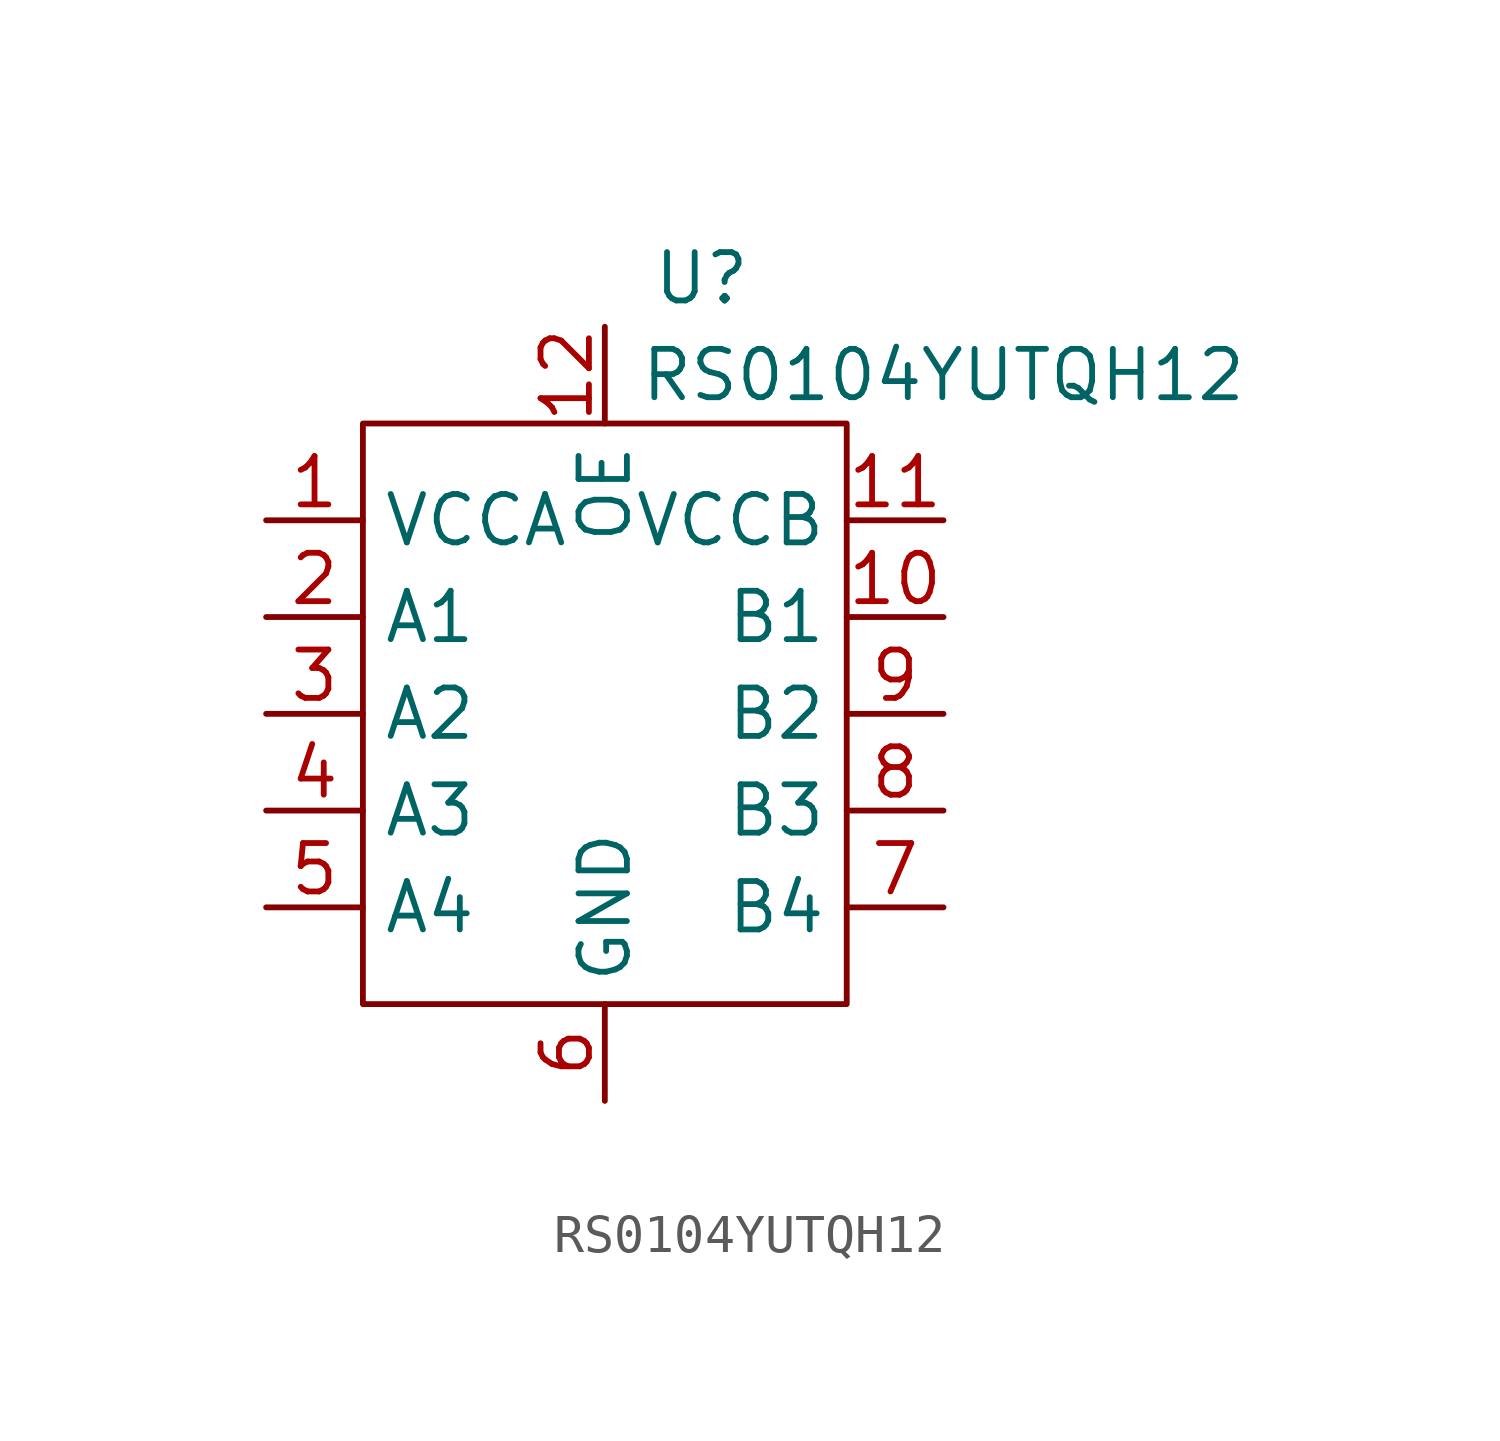
<source format=kicad_sym>
(kicad_symbol_lib
  (version 20211014)
  (generator kicad_symbol_editor)
  (symbol "RS0104YUTQH12"
    (property "Reference" "U"
      (at 8.89 3.81 0)
      (effects (font (size 1.27 1.27))))
    (property "Value" "RS0104YUTQH12"
      (at 15.24 1.27 0)
      (effects (font (size 1.27 1.27))))
    (symbol "RS0104YUTQH12_0_1"
      (rectangle (start 0 0) (end 12.7 -15.24) (stroke (width 0) (type default) (color 0 0 0 0)) (fill (type none))))
    (symbol "RS0104YUTQH12_1_1"
      (pin input line (at -2.54 -2.54 0) (length 2.54) (name "VCCA" (effects (font (size 1.27 1.27)))) (number "1" (effects (font (size 1.27 1.27)))))
      (pin input line (at 15.24 -5.08 180) (length 2.54) (name "B1" (effects (font (size 1.27 1.27)))) (number "10" (effects (font (size 1.27 1.27)))))
      (pin input line (at 15.24 -2.54 180) (length 2.54) (name "VCCB" (effects (font (size 1.27 1.27)))) (number "11" (effects (font (size 1.27 1.27)))))
      (pin input line (at 6.35 2.54 270) (length 2.54) (name "OE" (effects (font (size 1.27 1.27)))) (number "12" (effects (font (size 1.27 1.27)))))
      (pin input line (at -2.54 -5.08 0) (length 2.54) (name "A1" (effects (font (size 1.27 1.27)))) (number "2" (effects (font (size 1.27 1.27)))))
      (pin input line (at -2.54 -7.62 0) (length 2.54) (name "A2" (effects (font (size 1.27 1.27)))) (number "3" (effects (font (size 1.27 1.27)))))
      (pin input line (at -2.54 -10.16 0) (length 2.54) (name "A3" (effects (font (size 1.27 1.27)))) (number "4" (effects (font (size 1.27 1.27)))))
      (pin input line (at -2.54 -12.7 0) (length 2.54) (name "A4" (effects (font (size 1.27 1.27)))) (number "5" (effects (font (size 1.27 1.27)))))
      (pin input line (at 6.35 -17.78 90) (length 2.54) (name "GND" (effects (font (size 1.27 1.27)))) (number "6" (effects (font (size 1.27 1.27)))))
      (pin input line (at 15.24 -12.7 180) (length 2.54) (name "B4" (effects (font (size 1.27 1.27)))) (number "7" (effects (font (size 1.27 1.27)))))
      (pin input line (at 15.24 -10.16 180) (length 2.54) (name "B3" (effects (font (size 1.27 1.27)))) (number "8" (effects (font (size 1.27 1.27)))))
      (pin input line (at 15.24 -7.62 180) (length 2.54) (name "B2" (effects (font (size 1.27 1.27)))) (number "9" (effects (font (size 1.27 1.27))))))))
</source>
